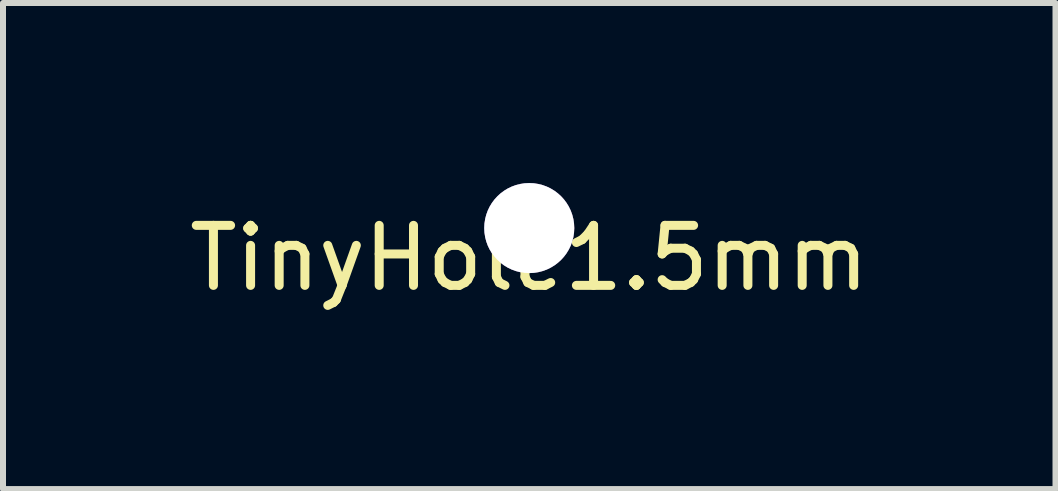
<source format=kicad_pcb>
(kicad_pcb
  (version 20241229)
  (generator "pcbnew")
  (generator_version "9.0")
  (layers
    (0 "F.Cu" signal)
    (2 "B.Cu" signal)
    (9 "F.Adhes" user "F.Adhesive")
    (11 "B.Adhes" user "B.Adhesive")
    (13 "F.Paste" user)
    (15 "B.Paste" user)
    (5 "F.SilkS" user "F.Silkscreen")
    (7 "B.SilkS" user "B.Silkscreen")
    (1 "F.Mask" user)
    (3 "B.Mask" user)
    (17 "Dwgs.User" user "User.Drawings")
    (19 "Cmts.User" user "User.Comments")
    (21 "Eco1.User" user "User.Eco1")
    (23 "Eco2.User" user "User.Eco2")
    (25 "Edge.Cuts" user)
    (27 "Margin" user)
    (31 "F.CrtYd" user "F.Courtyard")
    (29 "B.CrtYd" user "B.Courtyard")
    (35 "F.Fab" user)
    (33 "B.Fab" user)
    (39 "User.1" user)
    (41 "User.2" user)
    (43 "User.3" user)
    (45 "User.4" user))
  (footprint "TinyHole1.5mm"
    (layer "F.Cu")
    (at 5.768 0.75)
    (property "Reference" "TinyHole1.5mm" (at 0 0.5 0) (layer "F.SilkS") (effects (font (size 1 1) (thickness 0.15))))
    (attr through_hole)
    (pad "1" thru_hole circle (at 0 0) (size 1.5 1.5) (drill 1.5) (layers "*.Cu" "*.Mask")))
  (gr_rect
    (start -3 -3)
    (end 14.536 5.098)
    (stroke (width 0.1) (type default))
    (fill no)
    (layer "Edge.Cuts")))
</source>
